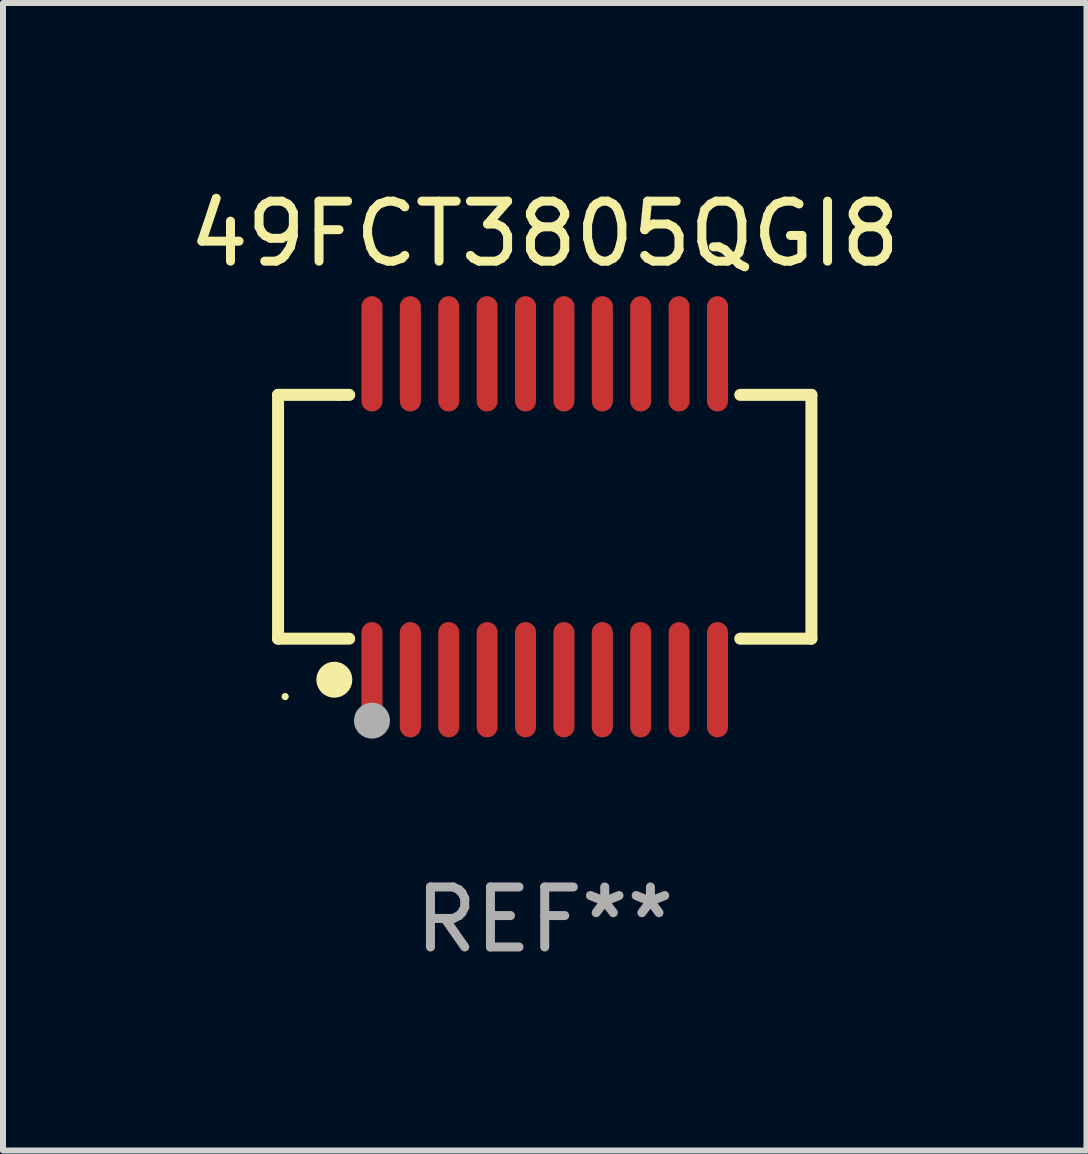
<source format=kicad_pcb>
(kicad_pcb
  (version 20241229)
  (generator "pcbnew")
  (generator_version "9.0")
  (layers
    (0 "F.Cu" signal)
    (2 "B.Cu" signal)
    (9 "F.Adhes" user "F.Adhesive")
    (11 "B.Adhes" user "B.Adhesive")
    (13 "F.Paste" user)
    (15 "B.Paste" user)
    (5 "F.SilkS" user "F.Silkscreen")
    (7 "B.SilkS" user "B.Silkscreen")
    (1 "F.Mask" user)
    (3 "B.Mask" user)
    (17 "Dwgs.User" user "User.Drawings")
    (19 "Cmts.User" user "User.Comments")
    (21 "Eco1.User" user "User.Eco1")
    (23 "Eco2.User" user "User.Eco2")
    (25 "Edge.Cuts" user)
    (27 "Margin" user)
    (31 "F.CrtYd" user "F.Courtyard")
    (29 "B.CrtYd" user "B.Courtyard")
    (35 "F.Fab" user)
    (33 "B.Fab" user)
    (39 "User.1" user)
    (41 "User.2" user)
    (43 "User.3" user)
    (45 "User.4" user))
  (footprint "49FCT3805QGI8"
    (layer "F.Cu")
    (at 6.03 5.564)
    (property "Reference" "49FCT3805QGI8" (at 0 -4.716 0) (layer "F.SilkS") (effects (font (size 1 1) (thickness 0.15))))
    (attr through_hole)
    (fp_line (start -4.445 -2.032) (end -4.445 2.032) (stroke (width 0.2) (type solid)) (layer "F.SilkS"))
    (fp_line (start -4.445 2.032) (end -3.259 2.032) (stroke (width 0.2) (type solid)) (layer "F.SilkS"))
    (fp_line (start -3.429 -2.032) (end -4.445 -2.032) (stroke (width 0.2) (type solid)) (layer "F.SilkS"))
    (fp_line (start -3.259 -2.032) (end -3.429 -2.032) (stroke (width 0.2) (type solid)) (layer "F.SilkS"))
    (fp_line (start 3.259 2.032) (end 4.445 2.032) (stroke (width 0.2) (type solid)) (layer "F.SilkS"))
    (fp_line (start 4.445 -2.032) (end 3.259 -2.032) (stroke (width 0.2) (type solid)) (layer "F.SilkS"))
    (fp_line (start 4.445 2.032) (end 4.445 -2.032) (stroke (width 0.2) (type solid)) (layer "F.SilkS"))
    (fp_circle (center -4.327 2.997) (end -4.297 2.997) (stroke (width 0.06) (type solid)) (fill no) (layer "F.SilkS"))
    (fp_circle (center -3.507 2.716) (end -3.357 2.716) (stroke (width 0.3) (type solid)) (fill no) (layer "F.SilkS"))
    (fp_circle (center -2.88 3.398) (end -2.73 3.398) (stroke (width 0.3) (type solid)) (fill no) (layer "F.Fab"))
    (fp_text user "REF**" (at 0 6.716 0) (layer "F.Fab") (effects (font (size 1 1) (thickness 0.15))))
    (pad "1" smd oval (at -2.88 2.716) (size 0.35 1.922) (layers "F.Cu" "F.Mask" "F.Paste"))
    (pad "2" smd oval (at -2.24 2.716) (size 0.35 1.922) (layers "F.Cu" "F.Mask" "F.Paste"))
    (pad "3" smd oval (at -1.6 2.716) (size 0.35 1.922) (layers "F.Cu" "F.Mask" "F.Paste"))
    (pad "4" smd oval (at -0.96 2.716) (size 0.35 1.922) (layers "F.Cu" "F.Mask" "F.Paste"))
    (pad "5" smd oval (at -0.32 2.716) (size 0.35 1.922) (layers "F.Cu" "F.Mask" "F.Paste"))
    (pad "6" smd oval (at 0.32 2.716) (size 0.35 1.922) (layers "F.Cu" "F.Mask" "F.Paste"))
    (pad "7" smd oval (at 0.96 2.716) (size 0.35 1.922) (layers "F.Cu" "F.Mask" "F.Paste"))
    (pad "8" smd oval (at 1.6 2.716) (size 0.35 1.922) (layers "F.Cu" "F.Mask" "F.Paste"))
    (pad "9" smd oval (at 2.24 2.716) (size 0.35 1.922) (layers "F.Cu" "F.Mask" "F.Paste"))
    (pad "10" smd oval (at 2.88 2.716) (size 0.35 1.922) (layers "F.Cu" "F.Mask" "F.Paste"))
    (pad "11" smd oval (at 2.88 -2.716) (size 0.35 1.922) (layers "F.Cu" "F.Mask" "F.Paste"))
    (pad "12" smd oval (at 2.24 -2.716) (size 0.35 1.922) (layers "F.Cu" "F.Mask" "F.Paste"))
    (pad "13" smd oval (at 1.6 -2.716) (size 0.35 1.922) (layers "F.Cu" "F.Mask" "F.Paste"))
    (pad "14" smd oval (at 0.96 -2.716) (size 0.35 1.922) (layers "F.Cu" "F.Mask" "F.Paste"))
    (pad "15" smd oval (at 0.32 -2.716) (size 0.35 1.922) (layers "F.Cu" "F.Mask" "F.Paste"))
    (pad "16" smd oval (at -0.32 -2.716) (size 0.35 1.922) (layers "F.Cu" "F.Mask" "F.Paste"))
    (pad "17" smd oval (at -0.96 -2.716) (size 0.35 1.922) (layers "F.Cu" "F.Mask" "F.Paste"))
    (pad "18" smd oval (at -1.6 -2.716) (size 0.35 1.922) (layers "F.Cu" "F.Mask" "F.Paste"))
    (pad "19" smd oval (at -2.24 -2.716) (size 0.35 1.922) (layers "F.Cu" "F.Mask" "F.Paste"))
    (pad "20" smd oval (at -2.88 -2.716) (size 0.35 1.922) (layers "F.Cu" "F.Mask" "F.Paste")))
  (gr_rect
    (start -3 -3)
    (end 15.06 16.128)
    (stroke (width 0.1) (type default))
    (fill no)
    (layer "Edge.Cuts")))
</source>
